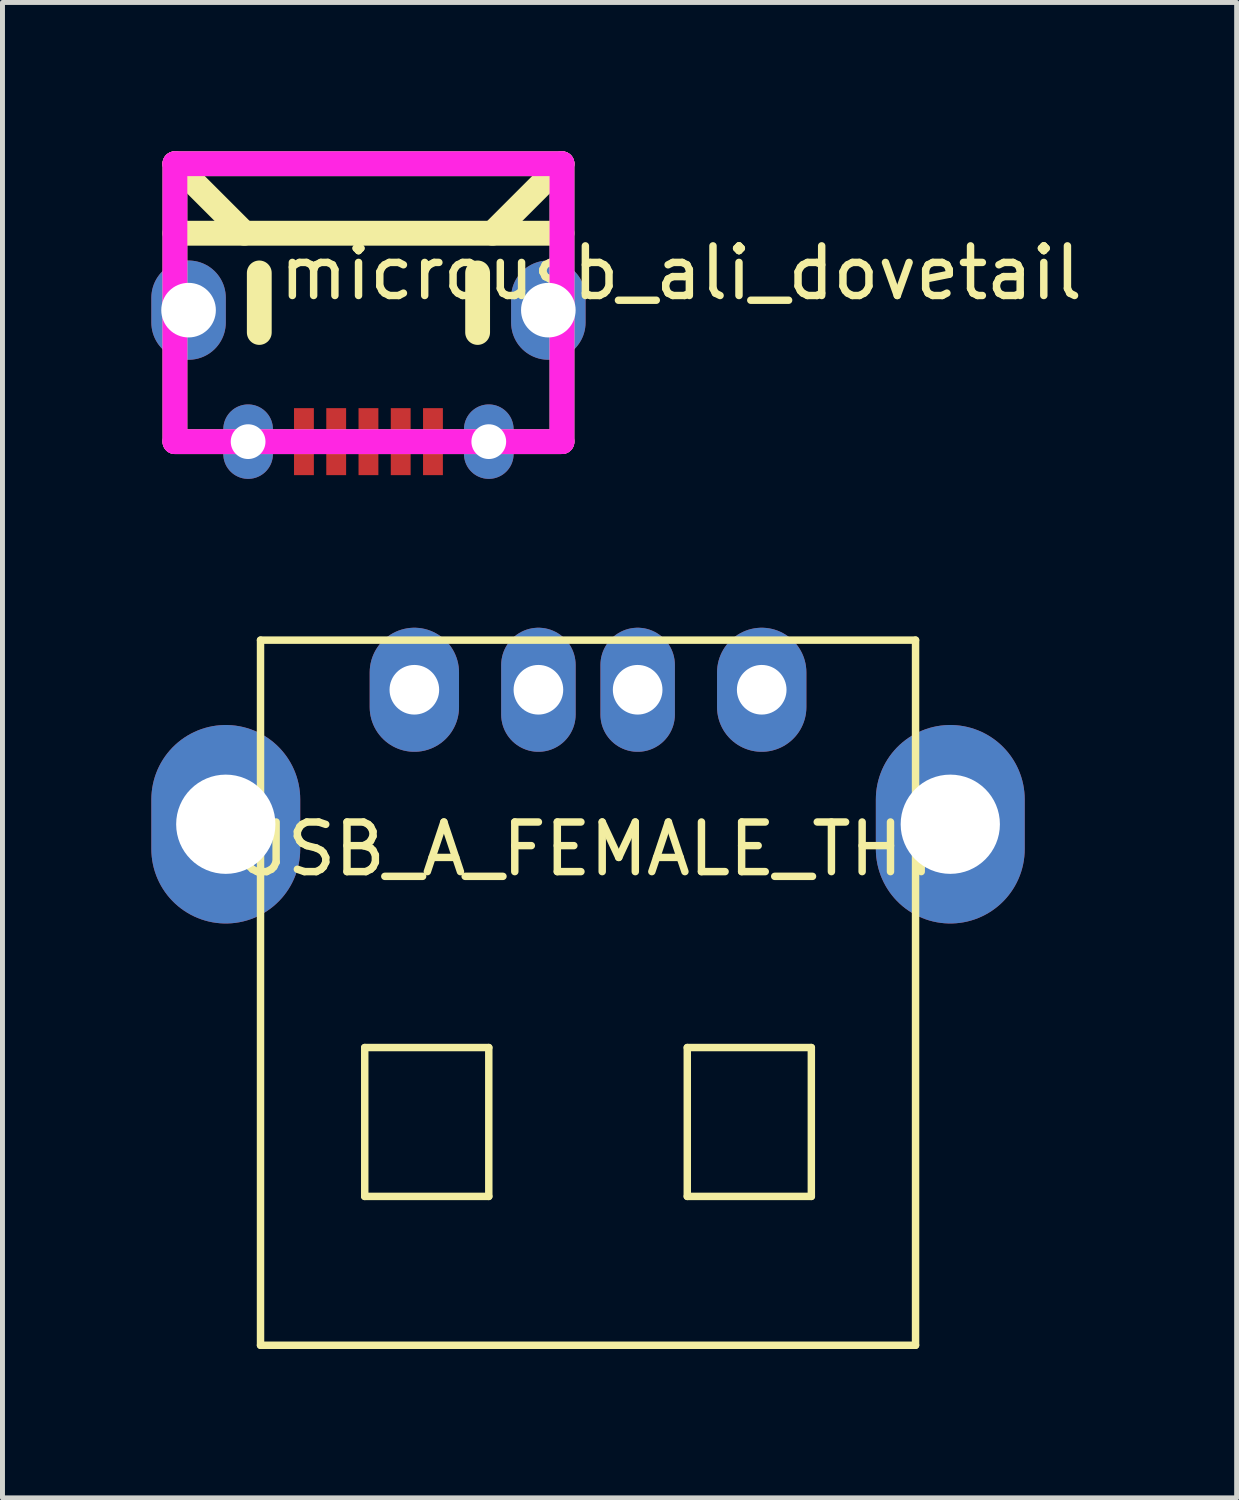
<source format=kicad_pcb>
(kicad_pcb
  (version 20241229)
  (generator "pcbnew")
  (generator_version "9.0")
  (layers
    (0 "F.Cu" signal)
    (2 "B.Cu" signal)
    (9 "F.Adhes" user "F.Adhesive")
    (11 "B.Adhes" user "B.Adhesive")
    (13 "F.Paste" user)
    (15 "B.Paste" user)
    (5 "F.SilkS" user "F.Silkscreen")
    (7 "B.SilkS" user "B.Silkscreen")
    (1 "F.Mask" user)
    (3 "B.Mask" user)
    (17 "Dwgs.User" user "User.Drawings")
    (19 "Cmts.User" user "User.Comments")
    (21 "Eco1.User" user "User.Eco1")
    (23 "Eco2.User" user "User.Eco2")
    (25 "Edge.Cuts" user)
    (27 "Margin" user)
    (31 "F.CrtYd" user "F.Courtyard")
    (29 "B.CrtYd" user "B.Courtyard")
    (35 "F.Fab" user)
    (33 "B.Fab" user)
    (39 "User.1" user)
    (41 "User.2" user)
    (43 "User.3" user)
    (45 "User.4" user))
  (footprint "USB_A_FEMALE_THT"
    (layer "F.Cu")
    (at 8.8 13.56)
    (property "Reference" "USB_A_FEMALE_THT" (at 0 0.5 0) (layer "F.SilkS") (effects (font (size 1 1) (thickness 0.15))))
    (attr through_hole)
    (fp_line (start -6.6 -3.71) (end -6.6 10.5) (stroke (width 0.15) (type solid)) (layer "F.SilkS"))
    (fp_line (start -6.6 -3.71) (end 6.6 -3.71) (stroke (width 0.15) (type solid)) (layer "F.SilkS"))
    (fp_line (start -6.6 10.5) (end 6.6 10.5) (stroke (width 0.15) (type solid)) (layer "F.SilkS"))
    (fp_line (start -4.5 4.5) (end -4.5 7.5) (stroke (width 0.15) (type solid)) (layer "F.SilkS"))
    (fp_line (start -4.5 7.5) (end -2 7.5) (stroke (width 0.15) (type solid)) (layer "F.SilkS"))
    (fp_line (start -2 4.5) (end -4.5 4.5) (stroke (width 0.15) (type solid)) (layer "F.SilkS"))
    (fp_line (start -2 7.5) (end -2 4.5) (stroke (width 0.15) (type solid)) (layer "F.SilkS"))
    (fp_line (start 2 4.5) (end 2 7.5) (stroke (width 0.15) (type solid)) (layer "F.SilkS"))
    (fp_line (start 2 7.5) (end 4.5 7.5) (stroke (width 0.15) (type solid)) (layer "F.SilkS"))
    (fp_line (start 4.5 4.5) (end 2 4.5) (stroke (width 0.15) (type solid)) (layer "F.SilkS"))
    (fp_line (start 4.5 7.5) (end 4.5 4.5) (stroke (width 0.15) (type solid)) (layer "F.SilkS"))
    (fp_line (start 6.6 -3.71) (end 6.6 10.5) (stroke (width 0.15) (type solid)) (layer "F.SilkS"))
    (pad "1" thru_hole oval (at -3.5 -2.71) (size 1.8 2.5) (drill 1) (layers "*.Cu" "*.Mask"))
    (pad "2" thru_hole oval (at -1 -2.71) (size 1.5 2.5) (drill 1) (layers "*.Cu" "*.Mask"))
    (pad "3" thru_hole oval (at 1 -2.71) (size 1.5 2.5) (drill 1) (layers "*.Cu" "*.Mask"))
    (pad "4" thru_hole oval (at 3.5 -2.71) (size 1.8 2.5) (drill 1) (layers "*.Cu" "*.Mask"))
    (pad "5" thru_hole oval (at -7.3 0) (size 3 4) (drill 2) (layers "*.Cu" "*.Mask"))
    (pad "5" thru_hole oval (at 7.3 0) (size 3 4) (drill 2) (layers "*.Cu" "*.Mask")))
  (footprint "microusb_ali_dovetail"
    (layer "F.Cu")
    (at 4.375 5.85)
    (property "Reference" "microusb_ali_dovetail" (at 6.3 -3.4 0) (layer "F.SilkS") (effects (font (size 1 1) (thickness 0.15))))
    (attr through_hole)
    (fp_line (start -3.9 -5.6) (end -3.9 0) (stroke (width 0.5) (type solid)) (layer "F.SilkS"))
    (fp_line (start -3.9 -5.6) (end -2.5 -4.2) (stroke (width 0.5) (type solid)) (layer "F.SilkS"))
    (fp_line (start -3.9 -4.2) (end 3.9 -4.2) (stroke (width 0.5) (type solid)) (layer "F.SilkS"))
    (fp_line (start -3.9 0) (end 3.9 0) (stroke (width 0.5) (type solid)) (layer "F.SilkS"))
    (fp_line (start -2.2 -3.4) (end -2.2 -2.2) (stroke (width 0.5) (type solid)) (layer "F.SilkS"))
    (fp_line (start 2.2 -3.4) (end 2.2 -2.2) (stroke (width 0.5) (type solid)) (layer "F.SilkS"))
    (fp_line (start 3.9 -5.6) (end -3.9 -5.6) (stroke (width 0.5) (type solid)) (layer "F.SilkS"))
    (fp_line (start 3.9 -5.6) (end 2.5 -4.2) (stroke (width 0.5) (type solid)) (layer "F.SilkS"))
    (fp_line (start 3.9 0) (end 3.9 -5.6) (stroke (width 0.5) (type solid)) (layer "F.SilkS"))
    (fp_line (start -3.9 -5.6) (end 3.9 -5.6) (stroke (width 0.5) (type solid)) (layer "F.CrtYd"))
    (fp_line (start -3.9 0) (end -3.9 -5.6) (stroke (width 0.5) (type solid)) (layer "F.CrtYd"))
    (fp_line (start 3.9 -5.6) (end 3.9 0) (stroke (width 0.5) (type solid)) (layer "F.CrtYd"))
    (fp_line (start 3.9 0) (end -3.9 0) (stroke (width 0.5) (type solid)) (layer "F.CrtYd"))
    (pad "1" smd rect (at 1.3 0) (size 0.4 1.35) (layers "F.Cu" "F.Mask" "F.Paste"))
    (pad "2" smd rect (at 0.65 0) (size 0.4 1.35) (layers "F.Cu" "F.Mask" "F.Paste"))
    (pad "3" smd rect (at 0 0) (size 0.4 1.35) (layers "F.Cu" "F.Mask" "F.Paste"))
    (pad "4" smd rect (at -0.65 0) (size 0.4 1.35) (layers "F.Cu" "F.Mask" "F.Paste"))
    (pad "5" smd rect (at -1.3 0) (size 0.4 1.35) (layers "F.Cu" "F.Mask" "F.Paste"))
    (pad "6" thru_hole oval (at -3.625 -2.65) (size 1.5 2) (drill 1.1) (layers "*.Cu" "*.Mask"))
    (pad "6" thru_hole oval (at -2.425 0) (size 1 1.5) (drill 0.7) (layers "*.Cu" "*.Mask"))
    (pad "6" thru_hole oval (at 2.425 0) (size 1 1.5) (drill 0.7) (layers "*.Cu" "*.Mask"))
    (pad "6" thru_hole oval (at 3.625 -2.65) (size 1.5 2) (drill 1.1) (layers "*.Cu" "*.Mask")))
  (gr_rect
    (start -3 -3)
    (end 21.871 27.135)
    (stroke (width 0.1) (type default))
    (fill no)
    (layer "Edge.Cuts")))
</source>
